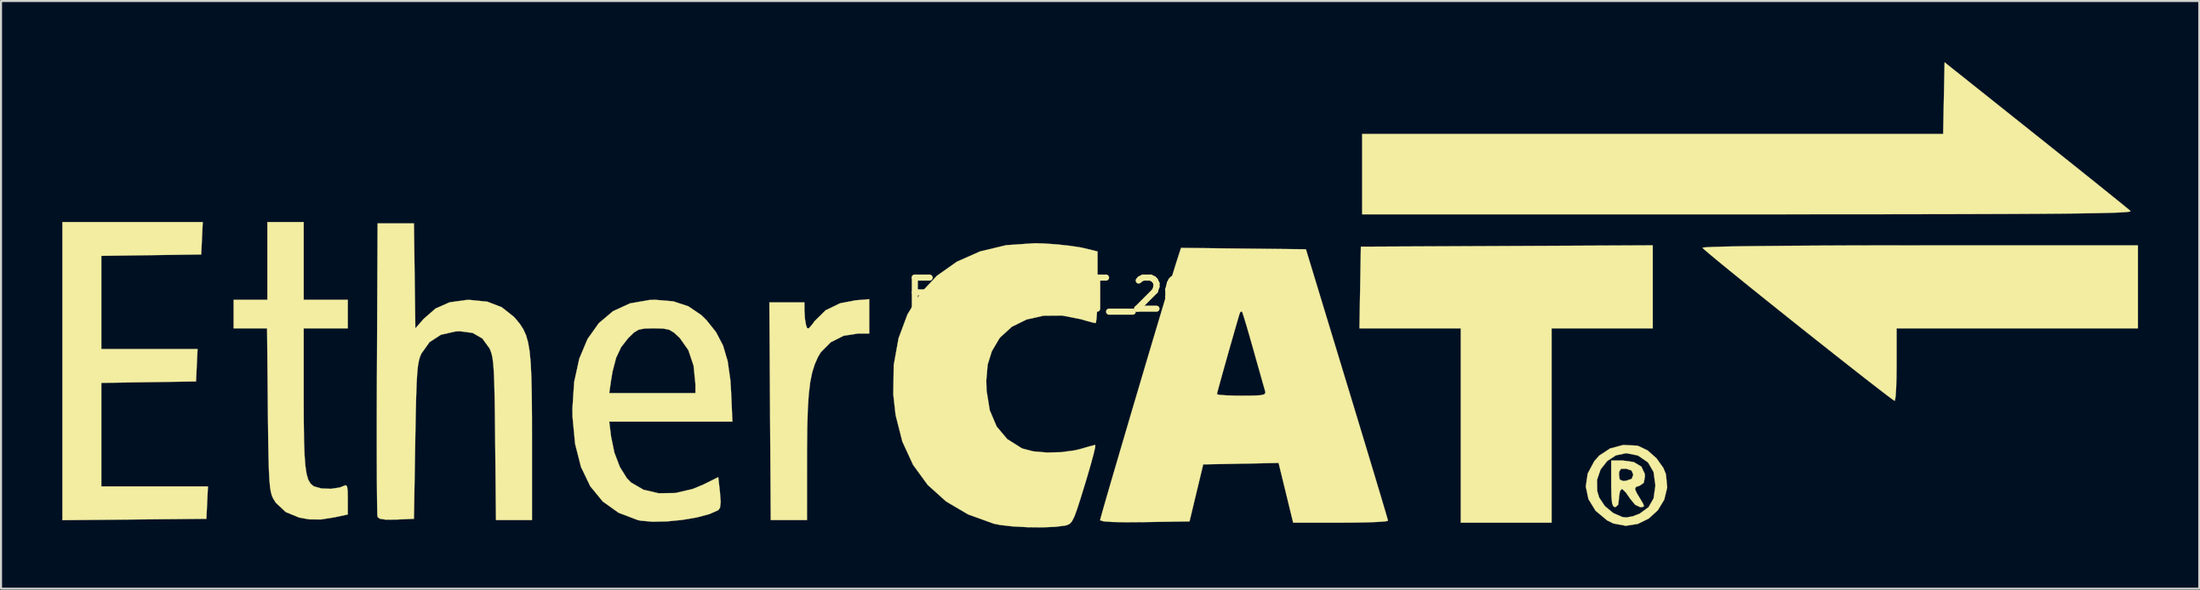
<source format=kicad_pcb>
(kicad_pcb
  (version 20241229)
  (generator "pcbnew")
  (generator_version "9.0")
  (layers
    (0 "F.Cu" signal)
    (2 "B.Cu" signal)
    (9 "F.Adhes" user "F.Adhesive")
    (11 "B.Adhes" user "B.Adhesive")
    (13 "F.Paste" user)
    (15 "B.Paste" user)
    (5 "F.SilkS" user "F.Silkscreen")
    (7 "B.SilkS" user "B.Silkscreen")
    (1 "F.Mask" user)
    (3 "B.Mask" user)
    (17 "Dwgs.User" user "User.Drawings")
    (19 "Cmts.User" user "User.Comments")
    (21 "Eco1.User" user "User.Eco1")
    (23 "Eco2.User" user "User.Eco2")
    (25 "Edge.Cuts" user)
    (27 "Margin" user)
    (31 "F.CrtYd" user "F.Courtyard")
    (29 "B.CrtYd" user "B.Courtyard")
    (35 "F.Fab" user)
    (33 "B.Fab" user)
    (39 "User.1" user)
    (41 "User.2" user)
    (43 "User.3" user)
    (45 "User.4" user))
  (footprint "EtherCAT_200dpi"
    (layer "F.Cu")
    (at 50.805 11.388)
    (property "Reference" "EtherCAT_200dpi" (at 0 0 0) (layer "F.SilkS") (effects (font (size 1.524 1.524) (thickness 0.3))))
    (attr through_hole)
    (fp_poly (pts (xy 27.051 1.651) (xy 22.098 1.651) (xy 22.098 11.176) (xy 17.653 11.176) (xy 17.653 1.651) (xy 12.694 1.651) (xy 12.764 -2.349) (xy 19.907 -2.382) (xy 27.051 -2.415) (xy 27.051 1.651)) (stroke (width 0.01) (type solid)) (fill yes) (layer "F.SilkS"))
    (fp_poly (pts (xy -44.005 -1.968) (xy -46.45 -1.934) (xy -48.895 -1.9) (xy -48.895 0.384) (xy -48.895 2.667) (xy -44.184 2.667) (xy -44.26 4.255) (xy -46.577 4.289) (xy -48.895 4.324) (xy -48.895 9.398) (xy -43.676 9.398) (xy -43.752 10.986) (xy -47.276 11.019) (xy -50.8 11.053) (xy -50.8 -3.556) (xy -43.93 -3.556) (xy -44.005 -1.968)) (stroke (width 0.01) (type solid)) (fill yes) (layer "F.SilkS"))
    (fp_poly (pts (xy -11.303 1.905) (xy -11.848 1.905) (xy -12.558 2.017) (xy -13.185 2.332) (xy -13.668 2.816) (xy -13.81 3.05) (xy -13.97 3.412) (xy -14.097 3.816) (xy -14.194 4.296) (xy -14.264 4.884) (xy -14.311 5.614) (xy -14.338 6.52) (xy -14.349 7.633) (xy -14.35 8.096) (xy -14.351 11.049) (xy -16.124 11.049) (xy -16.192 0.381) (xy -14.478 0.381) (xy -14.476 0.794) (xy -14.451 1.183) (xy -14.398 1.491) (xy -14.341 1.647) (xy -14.261 1.651) (xy -14.11 1.48) (xy -13.97 1.29) (xy -13.437 0.767) (xy -12.733 0.425) (xy -11.97 0.279) (xy -11.303 0.223) (xy -11.303 1.905)) (stroke (width 0.01) (type solid)) (fill yes) (layer "F.SilkS"))
    (fp_poly (pts (xy 45.81 -7.819) (xy 46.739 -7.078) (xy 47.609 -6.383) (xy 48.4 -5.749) (xy 49.091 -5.194) (xy 49.661 -4.734) (xy 50.091 -4.386) (xy 50.358 -4.166) (xy 50.439 -4.096) (xy 50.417 -4.074) (xy 50.299 -4.053) (xy 50.073 -4.035) (xy 49.73 -4.019) (xy 49.26 -4.004) (xy 48.652 -3.991) (xy 47.896 -3.98) (xy 46.981 -3.97) (xy 45.899 -3.962) (xy 44.638 -3.955) (xy 43.188 -3.95) (xy 41.54 -3.945) (xy 39.682 -3.942) (xy 37.604 -3.939) (xy 35.297 -3.938) (xy 32.75 -3.937) (xy 31.712 -3.937) (xy 12.827 -3.937) (xy 12.827 -7.874) (xy 27.048 -7.874) (xy 41.268 -7.874) (xy 41.303 -9.629) (xy 41.339 -11.383) (xy 45.81 -7.819)) (stroke (width 0.01) (type solid)) (fill yes) (layer "F.SilkS"))
    (fp_poly (pts (xy 50.8 1.651) (xy 38.989 1.651) (xy 38.989 3.429) (xy 38.983 4.068) (xy 38.965 4.605) (xy 38.939 4.994) (xy 38.906 5.19) (xy 38.894 5.205) (xy 38.778 5.128) (xy 38.484 4.908) (xy 38.031 4.56) (xy 37.44 4.101) (xy 36.731 3.545) (xy 35.923 2.908) (xy 35.036 2.207) (xy 34.163 1.513) (xy 33.222 0.762) (xy 32.343 0.057) (xy 31.546 -0.585) (xy 30.851 -1.149) (xy 30.278 -1.618) (xy 29.846 -1.977) (xy 29.575 -2.208) (xy 29.485 -2.296) (xy 29.603 -2.316) (xy 29.962 -2.335) (xy 30.553 -2.353) (xy 31.363 -2.368) (xy 32.38 -2.381) (xy 33.594 -2.392) (xy 34.992 -2.401) (xy 36.563 -2.408) (xy 38.295 -2.412) (xy 40.121 -2.413) (xy 50.8 -2.413) (xy 50.8 1.651)) (stroke (width 0.01) (type solid)) (fill yes) (layer "F.SilkS"))
    (fp_poly (pts (xy -38.989 0.254) (xy -36.83 0.254) (xy -36.83 1.651) (xy -38.989 1.651) (xy -38.989 5.061) (xy -38.985 6.206) (xy -38.973 7.124) (xy -38.948 7.842) (xy -38.907 8.387) (xy -38.848 8.786) (xy -38.767 9.065) (xy -38.66 9.251) (xy -38.526 9.371) (xy -38.476 9.401) (xy -38.115 9.5) (xy -37.652 9.517) (xy -37.225 9.452) (xy -37.076 9.394) (xy -36.94 9.34) (xy -36.866 9.396) (xy -36.836 9.61) (xy -36.83 10.018) (xy -36.83 10.774) (xy -37.471 10.911) (xy -38.144 11.019) (xy -38.719 11.013) (xy -39.208 10.926) (xy -39.866 10.656) (xy -40.35 10.203) (xy -40.479 10) (xy -40.543 9.86) (xy -40.594 9.679) (xy -40.635 9.429) (xy -40.666 9.081) (xy -40.691 8.606) (xy -40.709 7.975) (xy -40.724 7.161) (xy -40.737 6.133) (xy -40.742 5.62) (xy -40.78 1.651) (xy -42.418 1.651) (xy -42.418 0.254) (xy -40.767 0.254) (xy -40.767 -3.556) (xy -38.989 -3.556) (xy -38.989 0.254)) (stroke (width 0.01) (type solid)) (fill yes) (layer "F.SilkS"))
    (fp_poly (pts (xy 26.123 8.205) (xy 26.494 8.428) (xy 26.662 8.787) (xy 26.67 8.909) (xy 26.612 9.222) (xy 26.416 9.361) (xy 26.232 9.424) (xy 26.182 9.523) (xy 26.267 9.722) (xy 26.426 9.986) (xy 26.589 10.261) (xy 26.619 10.382) (xy 26.517 10.413) (xy 26.439 10.414) (xy 26.193 10.3) (xy 25.94 9.995) (xy 25.925 9.97) (xy 25.73 9.69) (xy 25.566 9.535) (xy 25.531 9.525) (xy 25.445 9.637) (xy 25.401 9.911) (xy 25.4 9.97) (xy 25.359 10.298) (xy 25.227 10.413) (xy 25.209 10.414) (xy 25.117 10.369) (xy 25.059 10.207) (xy 25.029 9.883) (xy 25.019 9.354) (xy 25.019 9.271) (xy 25.019 8.826) (xy 25.4 8.826) (xy 25.435 9.065) (xy 25.595 9.131) (xy 25.749 9.121) (xy 26.022 9.028) (xy 26.099 8.826) (xy 26.014 8.619) (xy 25.749 8.532) (xy 25.496 8.537) (xy 25.408 8.679) (xy 25.4 8.826) (xy 25.019 8.826) (xy 25.019 8.128) (xy 25.562 8.128) (xy 26.123 8.205)) (stroke (width 0.01) (type solid)) (fill yes) (layer "F.SilkS"))
    (fp_poly (pts (xy 26.273 7.4) (xy 26.343 7.416) (xy 26.802 7.637) (xy 27.239 8.025) (xy 27.574 8.498) (xy 27.696 8.801) (xy 27.759 9.451) (xy 27.613 10.05) (xy 27.299 10.568) (xy 26.854 10.974) (xy 26.318 11.237) (xy 25.73 11.328) (xy 25.127 11.215) (xy 24.817 11.063) (xy 24.254 10.593) (xy 23.905 10.025) (xy 23.774 9.403) (xy 23.822 9.075) (xy 24.325 9.075) (xy 24.334 9.633) (xy 24.43 9.946) (xy 24.706 10.363) (xy 25.113 10.702) (xy 25.562 10.898) (xy 25.756 10.922) (xy 26.079 10.863) (xy 26.415 10.732) (xy 26.848 10.415) (xy 27.093 9.985) (xy 27.177 9.391) (xy 27.178 9.323) (xy 27.091 8.69) (xy 26.82 8.223) (xy 26.352 7.901) (xy 26.295 7.877) (xy 25.754 7.77) (xy 25.249 7.877) (xy 24.819 8.157) (xy 24.498 8.57) (xy 24.325 9.075) (xy 23.822 9.075) (xy 23.868 8.767) (xy 24.19 8.161) (xy 24.433 7.888) (xy 24.963 7.539) (xy 25.605 7.369) (xy 26.273 7.4)) (stroke (width 0.01) (type solid)) (fill yes) (layer "F.SilkS"))
    (fp_poly (pts (xy -33.523 1.654) (xy -33.114 1.188) (xy -32.536 0.682) (xy -31.852 0.379) (xy -31.023 0.262) (xy -30.861 0.26) (xy -30.001 0.346) (xy -29.294 0.617) (xy -28.701 1.086) (xy -28.611 1.185) (xy -28.406 1.435) (xy -28.24 1.692) (xy -28.107 1.983) (xy -28.005 2.337) (xy -27.929 2.783) (xy -27.876 3.349) (xy -27.842 4.062) (xy -27.823 4.951) (xy -27.814 6.046) (xy -27.813 7.008) (xy -27.813 11.049) (xy -29.575 11.049) (xy -29.615 7.08) (xy -29.627 5.956) (xy -29.641 5.057) (xy -29.657 4.353) (xy -29.679 3.814) (xy -29.707 3.412) (xy -29.743 3.116) (xy -29.79 2.897) (xy -29.849 2.726) (xy -29.894 2.63) (xy -30.241 2.151) (xy -30.718 1.876) (xy -31.346 1.794) (xy -31.56 1.805) (xy -32.272 1.967) (xy -32.826 2.327) (xy -33.227 2.887) (xy -33.296 3.048) (xy -33.351 3.243) (xy -33.396 3.503) (xy -33.431 3.856) (xy -33.459 4.335) (xy -33.482 4.968) (xy -33.502 5.786) (xy -33.522 6.818) (xy -33.528 7.176) (xy -33.592 10.986) (xy -34.45 11.023) (xy -34.965 11.028) (xy -35.263 10.983) (xy -35.372 10.896) (xy -35.384 10.742) (xy -35.393 10.357) (xy -35.4 9.765) (xy -35.406 8.989) (xy -35.409 8.053) (xy -35.411 6.98) (xy -35.41 5.793) (xy -35.406 4.517) (xy -35.402 3.619) (xy -35.37 -3.493) (xy -33.592 -3.493) (xy -33.523 1.654)) (stroke (width 0.01) (type solid)) (fill yes) (layer "F.SilkS"))
    (fp_poly (pts (xy -20.895 0.33) (xy -20.158 0.573) (xy -19.524 1.003) (xy -19.268 1.254) (xy -18.799 1.844) (xy -18.46 2.496) (xy -18.234 3.26) (xy -18.102 4.189) (xy -18.064 4.794) (xy -18.002 6.223) (xy -24.032 6.223) (xy -23.942 6.953) (xy -23.781 7.739) (xy -23.513 8.442) (xy -23.169 8.996) (xy -22.964 9.207) (xy -22.355 9.561) (xy -21.616 9.734) (xy -20.799 9.723) (xy -19.952 9.527) (xy -19.421 9.306) (xy -18.695 8.946) (xy -18.61 9.699) (xy -18.576 10.17) (xy -18.608 10.444) (xy -18.692 10.561) (xy -19.124 10.754) (xy -19.735 10.917) (xy -20.451 11.039) (xy -21.198 11.113) (xy -21.903 11.129) (xy -22.492 11.077) (xy -22.64 11.046) (xy -23.573 10.691) (xy -24.347 10.139) (xy -24.96 9.391) (xy -25.412 8.451) (xy -25.701 7.319) (xy -25.827 5.996) (xy -25.833 5.588) (xy -25.783 4.826) (xy -24.032 4.826) (xy -19.812 4.826) (xy -19.812 4.388) (xy -19.901 3.484) (xy -20.158 2.72) (xy -20.574 2.129) (xy -20.576 2.127) (xy -20.858 1.864) (xy -21.098 1.721) (xy -21.394 1.662) (xy -21.845 1.651) (xy -21.849 1.651) (xy -22.298 1.661) (xy -22.59 1.718) (xy -22.821 1.857) (xy -23.088 2.116) (xy -23.107 2.136) (xy -23.45 2.577) (xy -23.696 3.101) (xy -23.871 3.775) (xy -23.945 4.223) (xy -24.032 4.826) (xy -25.783 4.826) (xy -25.747 4.281) (xy -25.498 3.14) (xy -25.093 2.175) (xy -24.54 1.396) (xy -23.846 0.811) (xy -23.016 0.43) (xy -22.059 0.262) (xy -21.787 0.254) (xy -20.895 0.33)) (stroke (width 0.01) (type solid)) (fill yes) (layer "F.SilkS"))
    (fp_poly (pts (xy -2.748 -2.506) (xy -2.111 -2.461) (xy -1.487 -2.393) (xy -0.973 -2.316) (xy -0.794 -2.278) (xy -0.127 -2.115) (xy -0.127 -0.359) (xy -0.133 0.275) (xy -0.151 0.808) (xy -0.178 1.192) (xy -0.211 1.383) (xy -0.222 1.396) (xy -0.39 1.361) (xy -0.713 1.273) (xy -0.941 1.205) (xy -1.866 1.024) (xy -2.768 1.032) (xy -3.601 1.219) (xy -4.321 1.574) (xy -4.883 2.087) (xy -4.946 2.169) (xy -5.304 2.778) (xy -5.507 3.434) (xy -5.574 4.209) (xy -5.56 4.699) (xy -5.405 5.666) (xy -5.067 6.461) (xy -4.548 7.08) (xy -3.849 7.521) (xy -3.782 7.55) (xy -3.275 7.681) (xy -2.619 7.738) (xy -1.908 7.722) (xy -1.235 7.631) (xy -0.941 7.558) (xy -0.57 7.45) (xy -0.307 7.381) (xy -0.237 7.367) (xy -0.244 7.481) (xy -0.317 7.797) (xy -0.445 8.274) (xy -0.618 8.871) (xy -0.747 9.302) (xy -0.971 10.028) (xy -1.14 10.548) (xy -1.271 10.898) (xy -1.383 11.114) (xy -1.493 11.234) (xy -1.619 11.294) (xy -1.717 11.319) (xy -2.201 11.38) (xy -2.848 11.405) (xy -3.57 11.397) (xy -4.278 11.358) (xy -4.886 11.29) (xy -5.207 11.226) (xy -6.462 10.772) (xy -7.542 10.136) (xy -8.442 9.325) (xy -9.157 8.343) (xy -9.683 7.2) (xy -10.013 5.9) (xy -10.125 4.895) (xy -10.104 3.453) (xy -9.868 2.138) (xy -9.429 0.962) (xy -8.799 -0.063) (xy -7.989 -0.925) (xy -7.012 -1.614) (xy -5.877 -2.117) (xy -4.598 -2.423) (xy -3.186 -2.519) (xy -2.748 -2.506)) (stroke (width 0.01) (type solid)) (fill yes) (layer "F.SilkS"))
    (fp_poly (pts (xy 7.016 -2.256) (xy 10.073 -2.223) (xy 12.079 4.381) (xy 12.457 5.626) (xy 12.812 6.798) (xy 13.137 7.874) (xy 13.426 8.833) (xy 13.671 9.65) (xy 13.866 10.304) (xy 14.005 10.773) (xy 14.08 11.034) (xy 14.092 11.081) (xy 13.973 11.111) (xy 13.64 11.137) (xy 13.132 11.158) (xy 12.49 11.171) (xy 11.774 11.176) (xy 9.45 11.176) (xy 9.093 9.712) (xy 8.736 8.248) (xy 5.045 8.319) (xy 4.375 11.113) (xy 2.188 11.147) (xy 1.265 11.154) (xy 0.595 11.142) (xy 0.175 11.111) (xy 0.004 11.06) (xy 0 11.049) (xy 0.035 10.909) (xy 0.135 10.554) (xy 0.29 10.011) (xy 0.494 9.308) (xy 0.738 8.473) (xy 1.014 7.533) (xy 1.313 6.516) (xy 1.627 5.451) (xy 1.796 4.88) (xy 5.715 4.88) (xy 5.833 4.911) (xy 6.15 4.936) (xy 6.611 4.95) (xy 6.93 4.953) (xy 7.492 4.949) (xy 7.844 4.931) (xy 8.029 4.89) (xy 8.09 4.819) (xy 8.078 4.731) (xy 8.021 4.534) (xy 7.91 4.142) (xy 7.758 3.605) (xy 7.579 2.971) (xy 7.497 2.676) (xy 7.314 2.033) (xy 7.153 1.481) (xy 7.026 1.066) (xy 6.948 0.83) (xy 6.932 0.793) (xy 6.861 0.851) (xy 6.813 0.975) (xy 6.662 1.492) (xy 6.489 2.096) (xy 6.305 2.739) (xy 6.126 3.374) (xy 5.964 3.953) (xy 5.833 4.429) (xy 5.745 4.754) (xy 5.715 4.88) (xy 1.796 4.88) (xy 1.949 4.363) (xy 2.269 3.283) (xy 2.58 2.236) (xy 2.874 1.252) (xy 3.142 0.357) (xy 3.375 -0.42) (xy 3.567 -1.052) (xy 3.709 -1.512) (xy 3.764 -1.685) (xy 3.959 -2.29) (xy 7.016 -2.256)) (stroke (width 0.01) (type solid)) (fill yes) (layer "F.SilkS")))
  (gr_rect
    (start -3 -3)
    (end 104.61 25.799)
    (stroke (width 0.1) (type default))
    (fill no)
    (layer "Edge.Cuts")))
</source>
